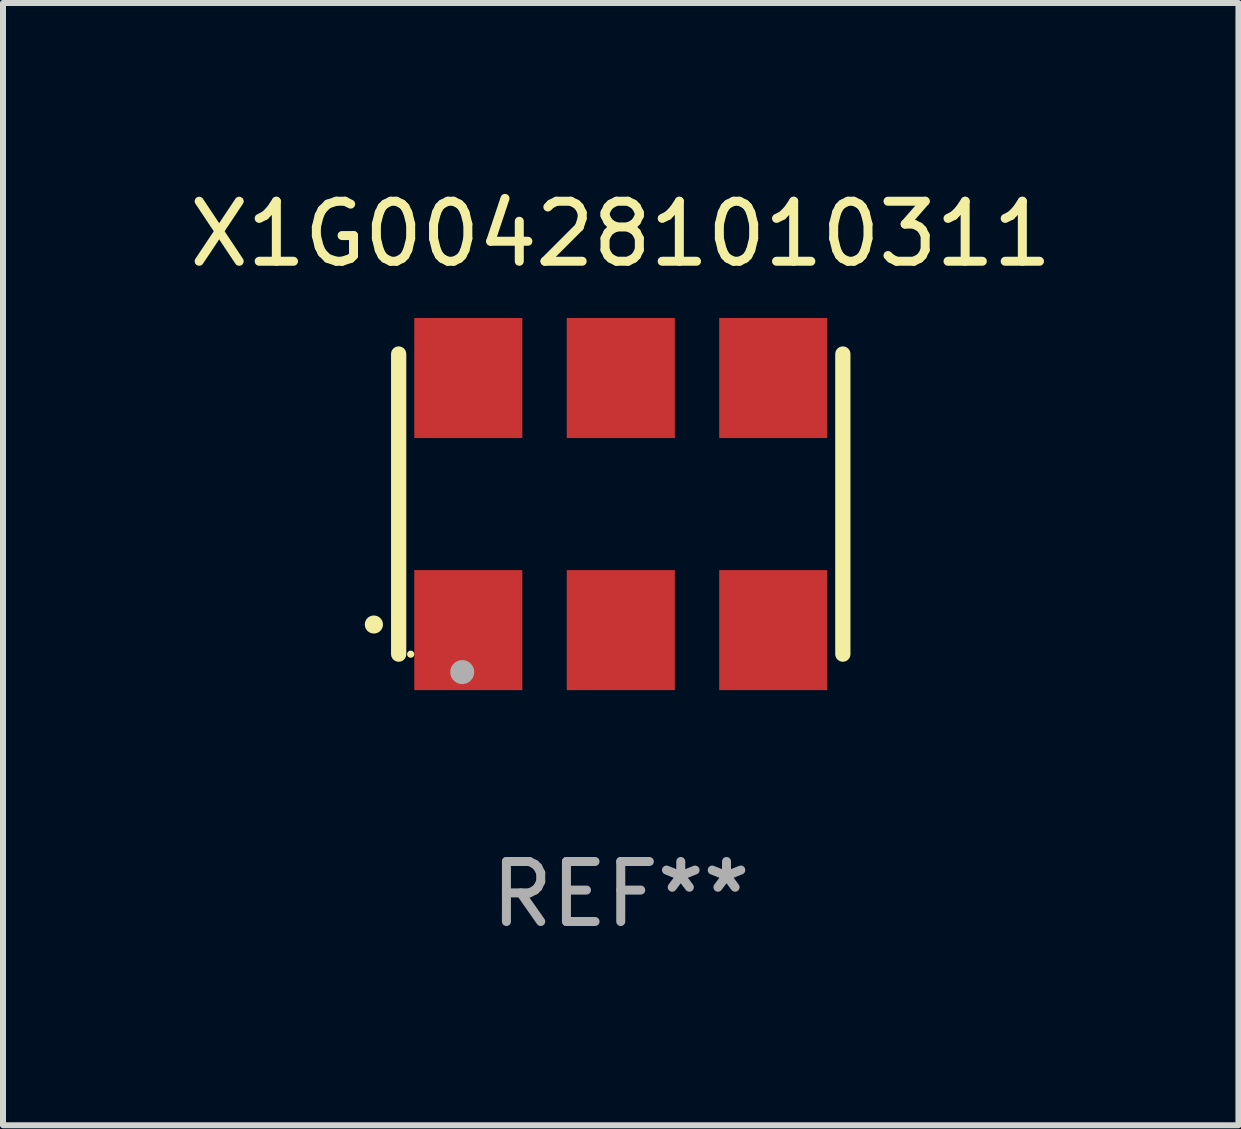
<source format=kicad_pcb>
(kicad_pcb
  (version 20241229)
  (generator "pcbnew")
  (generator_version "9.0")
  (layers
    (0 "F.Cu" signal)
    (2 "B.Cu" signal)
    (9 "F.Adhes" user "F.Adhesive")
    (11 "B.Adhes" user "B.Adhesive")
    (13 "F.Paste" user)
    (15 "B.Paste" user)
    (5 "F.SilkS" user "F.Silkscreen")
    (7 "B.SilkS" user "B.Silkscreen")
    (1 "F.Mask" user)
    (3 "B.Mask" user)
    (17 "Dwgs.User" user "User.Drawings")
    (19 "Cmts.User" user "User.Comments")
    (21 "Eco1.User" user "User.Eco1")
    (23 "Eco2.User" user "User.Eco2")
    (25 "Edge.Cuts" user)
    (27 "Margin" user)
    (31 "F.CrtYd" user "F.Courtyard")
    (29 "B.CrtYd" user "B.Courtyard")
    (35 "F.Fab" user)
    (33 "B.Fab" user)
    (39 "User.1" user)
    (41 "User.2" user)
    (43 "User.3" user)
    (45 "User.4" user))
  (footprint "X1G004281010311"
    (layer "F.Cu")
    (at 7.292 5.348)
    (property "Reference" "X1G004281010311" (at 0 -4.5 0) (layer "F.SilkS") (effects (font (size 1 1) (thickness 0.15))))
    (attr through_hole)
    (fp_line (start -3.7 -2.5) (end -3.7 2.5) (stroke (width 0.254) (type solid)) (layer "F.SilkS"))
    (fp_line (start 3.7 -2.5) (end 3.7 2.5) (stroke (width 0.254) (type solid)) (layer "F.SilkS"))
    (fp_arc (start -4.114415 2.006604) (mid -4.113145 2.006599) (end -4.111875 2.006604) (stroke (width 0.3) (type solid)) (layer "F.SilkS"))
    (fp_circle (center -3.5 2.501) (end -3.47 2.501) (stroke (width 0.06) (type solid)) (fill no) (layer "F.SilkS"))
    (fp_circle (center -2.641 2.799) (end -2.541 2.799) (stroke (width 0.2) (type solid)) (fill no) (layer "F.Fab"))
    (fp_text user "REF**" (at 0 6.5 0) (layer "F.Fab") (effects (font (size 1 1) (thickness 0.15))))
    (pad "1" smd rect (at -2.54 2.1) (size 1.8 2) (layers "F.Cu" "F.Mask" "F.Paste"))
    (pad "2" smd rect (at 0.000394 2.1) (size 1.8 2) (layers "F.Cu" "F.Mask" "F.Paste"))
    (pad "3" smd rect (at 2.54 2.1) (size 1.8 2) (layers "F.Cu" "F.Mask" "F.Paste"))
    (pad "4" smd rect (at 2.54 -2.1) (size 1.8 2) (layers "F.Cu" "F.Mask" "F.Paste"))
    (pad "5" smd rect (at 0.000394 -2.1) (size 1.8 2) (layers "F.Cu" "F.Mask" "F.Paste"))
    (pad "6" smd rect (at -2.54 -2.1) (size 1.8 2) (layers "F.Cu" "F.Mask" "F.Paste")))
  (gr_rect
    (start -3 -3)
    (end 17.583 15.697)
    (stroke (width 0.1) (type default))
    (fill no)
    (layer "Edge.Cuts")))
</source>
